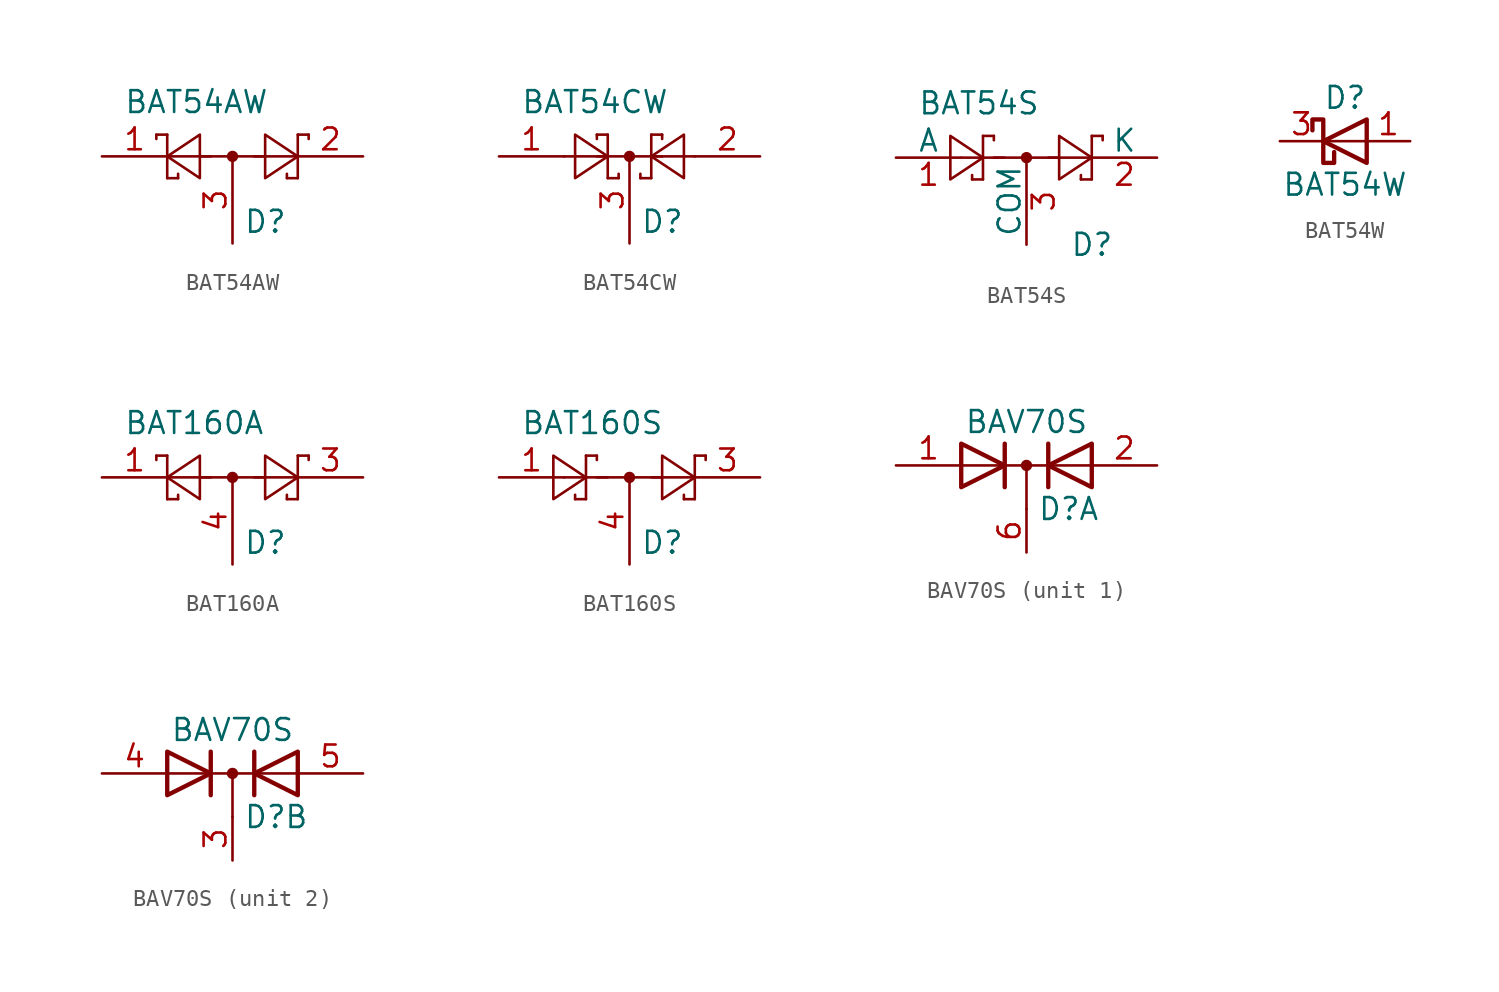
<source format=kicad_sym>
(kicad_symbol_lib
  (version 20241209)
  (generator "kicad_symbol_editor")
  (generator_version "9.0")
  (symbol "BAT54AW"
    (pin_names
      (offset 1.016))
    (property "Reference" "D"
      (at 0.635 -3.81 0)
      (effects (font (size 1.27 1.27)) (justify left)))
    (property "Value" "BAT54AW"
      (at -6.35 3.175 0)
      (effects (font (size 1.27 1.27)) (justify left)))
    (symbol "BAT54AW_0_1"
      (polyline (pts (xy -4.445 1.27) (xy -4.445 1.016)) (stroke (width 0) (type default)) (fill (type none)))
      (polyline (pts (xy -3.81 1.27) (xy -4.445 1.27)) (stroke (width 0) (type default)) (fill (type none)))
      (polyline (pts (xy -3.81 0) (xy -1.27 0)) (stroke (width 0) (type default)) (fill (type none)))
      (polyline (pts (xy -3.81 -1.27) (xy -3.81 1.27)) (stroke (width 0) (type default)) (fill (type none)))
      (polyline (pts (xy -3.81 -1.27) (xy -3.175 -1.27)) (stroke (width 0) (type default)) (fill (type none)))
      (polyline (pts (xy -3.175 -1.27) (xy -3.175 -1.016)) (stroke (width 0) (type default)) (fill (type none)))
      (polyline (pts (xy -1.905 1.27) (xy -1.905 -1.27) (xy -3.81 0) (xy -1.905 1.27)) (stroke (width 0) (type default)) (fill (type none)))
      (polyline (pts (xy -1.905 0) (xy 1.905 0)) (stroke (width 0) (type default)) (fill (type none)))
      (circle (center 0 0) (radius 0.254) (stroke (width 0) (type default)) (fill (type outline)))
      (polyline (pts (xy 1.27 0) (xy 3.81 0)) (stroke (width 0) (type default)) (fill (type none)))
      (polyline (pts (xy 1.905 1.27) (xy 1.905 -1.27) (xy 3.81 0) (xy 1.905 1.27)) (stroke (width 0) (type default)) (fill (type none)))
      (polyline (pts (xy 3.175 -1.27) (xy 3.175 -1.016)) (stroke (width 0) (type default)) (fill (type none)))
      (polyline (pts (xy 3.81 1.27) (xy 4.445 1.27)) (stroke (width 0) (type default)) (fill (type none)))
      (polyline (pts (xy 3.81 -1.27) (xy 3.175 -1.27)) (stroke (width 0) (type default)) (fill (type none)))
      (polyline (pts (xy 3.81 -1.27) (xy 3.81 1.27)) (stroke (width 0) (type default)) (fill (type none)))
      (polyline (pts (xy 4.445 1.27) (xy 4.445 1.016)) (stroke (width 0) (type default)) (fill (type none))))
    (symbol "BAT54AW_1_1"
      (pin passive line (at -7.62 0 0) (length 3.81) (name "~" (effects (font (size 1.27 1.27)))) (number "1" (effects (font (size 1.27 1.27)))))
      (pin passive line (at 0 -5.08 90) (length 5.08) (name "~" (effects (font (size 1.27 1.27)))) (number "3" (effects (font (size 1.27 1.27)))))
      (pin passive line (at 7.62 0 180) (length 3.81) (name "~" (effects (font (size 1.27 1.27)))) (number "2" (effects (font (size 1.27 1.27)))))))
  (symbol "BAT54CW"
    (pin_names
      (offset 1.016))
    (property "Reference" "D"
      (at 0.635 -3.81 0)
      (effects (font (size 1.27 1.27)) (justify left)))
    (property "Value" "BAT54CW"
      (at -6.35 3.175 0)
      (effects (font (size 1.27 1.27)) (justify left)))
    (symbol "BAT54CW_0_1"
      (polyline (pts (xy -3.175 -1.27) (xy -3.175 1.27) (xy -1.27 0) (xy -3.175 -1.27)) (stroke (width 0) (type default)) (fill (type none)))
      (polyline (pts (xy -1.905 1.27) (xy -1.905 1.016)) (stroke (width 0) (type default)) (fill (type none)))
      (polyline (pts (xy -1.905 0) (xy 1.905 0)) (stroke (width 0) (type default)) (fill (type none)))
      (polyline (pts (xy -1.27 1.27) (xy -1.905 1.27)) (stroke (width 0) (type default)) (fill (type none)))
      (polyline (pts (xy -1.27 1.27) (xy -1.27 -1.27)) (stroke (width 0) (type default)) (fill (type none)))
      (polyline (pts (xy -1.27 0) (xy -3.81 0)) (stroke (width 0) (type default)) (fill (type none)))
      (polyline (pts (xy -1.27 -1.27) (xy -0.635 -1.27)) (stroke (width 0) (type default)) (fill (type none)))
      (polyline (pts (xy -0.635 -1.27) (xy -0.635 -1.016)) (stroke (width 0) (type default)) (fill (type none)))
      (circle (center 0 0) (radius 0.254) (stroke (width 0) (type default)) (fill (type outline)))
      (polyline (pts (xy 0.635 -1.27) (xy 0.635 -1.016)) (stroke (width 0) (type default)) (fill (type none)))
      (polyline (pts (xy 1.27 1.27) (xy 1.27 -1.27)) (stroke (width 0) (type default)) (fill (type none)))
      (polyline (pts (xy 1.27 1.27) (xy 1.905 1.27)) (stroke (width 0) (type default)) (fill (type none)))
      (polyline (pts (xy 1.27 -1.27) (xy 0.635 -1.27)) (stroke (width 0) (type default)) (fill (type none)))
      (polyline (pts (xy 1.905 1.27) (xy 1.905 1.016)) (stroke (width 0) (type default)) (fill (type none)))
      (polyline (pts (xy 3.175 -1.27) (xy 3.175 1.27) (xy 1.27 0) (xy 3.175 -1.27)) (stroke (width 0) (type default)) (fill (type none)))
      (polyline (pts (xy 3.81 0) (xy 1.27 0)) (stroke (width 0) (type default)) (fill (type none))))
    (symbol "BAT54CW_1_1"
      (pin passive line (at -7.62 0 0) (length 3.81) (name "~" (effects (font (size 1.27 1.27)))) (number "1" (effects (font (size 1.27 1.27)))))
      (pin passive line (at 0 -5.08 90) (length 5.08) (name "~" (effects (font (size 1.27 1.27)))) (number "3" (effects (font (size 1.27 1.27)))))
      (pin passive line (at 7.62 0 180) (length 3.81) (name "~" (effects (font (size 1.27 1.27)))) (number "2" (effects (font (size 1.27 1.27)))))))
  (symbol "BAT54S"
    (pin_names
      (offset 0))
    (property "Reference" "D"
      (at 2.54 -5.08 0)
      (effects (font (size 1.27 1.27)) (justify left)))
    (property "Value" "BAT54S"
      (at -6.35 3.175 0)
      (effects (font (size 1.27 1.27)) (justify left)))
    (symbol "BAT54S_0_1"
      (polyline (pts (xy -4.445 1.27) (xy -4.445 -1.27) (xy -2.54 0) (xy -4.445 1.27)) (stroke (width 0) (type default)) (fill (type none)))
      (polyline (pts (xy -3.81 0) (xy -1.27 0)) (stroke (width 0) (type default)) (fill (type none)))
      (polyline (pts (xy -3.175 -1.27) (xy -3.175 -1.016)) (stroke (width 0) (type default)) (fill (type none)))
      (polyline (pts (xy -2.54 1.27) (xy -1.905 1.27)) (stroke (width 0) (type default)) (fill (type none)))
      (polyline (pts (xy -2.54 -1.27) (xy -3.175 -1.27)) (stroke (width 0) (type default)) (fill (type none)))
      (polyline (pts (xy -2.54 -1.27) (xy -2.54 1.27)) (stroke (width 0) (type default)) (fill (type none)))
      (polyline (pts (xy -1.905 1.27) (xy -1.905 1.016)) (stroke (width 0) (type default)) (fill (type none)))
      (polyline (pts (xy -1.905 0) (xy 1.905 0)) (stroke (width 0) (type default)) (fill (type none)))
      (circle (center 0 0) (radius 0.254) (stroke (width 0) (type default)) (fill (type outline)))
      (polyline (pts (xy 1.27 0) (xy 3.81 0)) (stroke (width 0) (type default)) (fill (type none)))
      (polyline (pts (xy 1.905 1.27) (xy 1.905 -1.27) (xy 3.81 0) (xy 1.905 1.27)) (stroke (width 0) (type default)) (fill (type none)))
      (polyline (pts (xy 3.175 -1.27) (xy 3.175 -1.016)) (stroke (width 0) (type default)) (fill (type none)))
      (polyline (pts (xy 3.81 1.27) (xy 4.445 1.27)) (stroke (width 0) (type default)) (fill (type none)))
      (polyline (pts (xy 3.81 -1.27) (xy 3.175 -1.27)) (stroke (width 0) (type default)) (fill (type none)))
      (polyline (pts (xy 3.81 -1.27) (xy 3.81 1.27)) (stroke (width 0) (type default)) (fill (type none)))
      (polyline (pts (xy 4.445 1.27) (xy 4.445 1.016)) (stroke (width 0) (type default)) (fill (type none))))
    (symbol "BAT54S_1_1"
      (pin passive line (at -7.62 0 0) (length 3.81) (name "A" (effects (font (size 1.27 1.27)))) (number "1" (effects (font (size 1.27 1.27)))))
      (pin passive line (at 0 -5.08 90) (length 5.08) (name "COM" (effects (font (size 1.27 1.27)))) (number "3" (effects (font (size 1.27 1.27)))))
      (pin passive line (at 7.62 0 180) (length 3.81) (name "K" (effects (font (size 1.27 1.27)))) (number "2" (effects (font (size 1.27 1.27)))))))
  (symbol "BAT54W"
    (pin_names
      (offset 1.016)
      (hide yes))
    (property "Reference" "D"
      (at 0 2.54 0)
      (effects (font (size 1.27 1.27))))
    (property "Value" "BAT54W"
      (at 0 -2.54 0)
      (effects (font (size 1.27 1.27))))
    (symbol "BAT54W_0_1"
      (polyline (pts (xy -1.905 0.635) (xy -1.905 1.27) (xy -1.27 1.27) (xy -1.27 -1.27) (xy -0.635 -1.27) (xy -0.635 -0.635)) (stroke (width 0.254) (type default)) (fill (type none)))
      (polyline (pts (xy 1.27 1.27) (xy 1.27 -1.27) (xy -1.27 0) (xy 1.27 1.27)) (stroke (width 0.254) (type default)) (fill (type none)))
      (polyline (pts (xy 1.27 0) (xy -1.27 0)) (stroke (width 0) (type default)) (fill (type none))))
    (symbol "BAT54W_1_1"
      (pin passive line (at -3.81 0 0) (length 2.54) (name "K" (effects (font (size 1.27 1.27)))) (number "3" (effects (font (size 1.27 1.27)))))
      (pin no_connect line (at 0 0 90) (length 2.54) (hide yes) (name "NC" (effects (font (size 1.27 1.27)))) (number "2" (effects (font (size 1.27 1.27)))))
      (pin passive line (at 3.81 0 180) (length 2.54) (name "A" (effects (font (size 1.27 1.27)))) (number "1" (effects (font (size 1.27 1.27)))))))
  (symbol "BAT160A"
    (property "Reference" "D"
      (at 0.635 -3.81 0)
      (effects (font (size 1.27 1.27)) (justify left)))
    (property "Value" "BAT160A"
      (at -6.35 3.175 0)
      (effects (font (size 1.27 1.27)) (justify left)))
    (symbol "BAT160A_0_1"
      (polyline (pts (xy -4.445 1.27) (xy -4.445 1.016)) (stroke (width 0) (type default)) (fill (type none)))
      (polyline (pts (xy -3.81 1.27) (xy -4.445 1.27)) (stroke (width 0) (type default)) (fill (type none)))
      (polyline (pts (xy -3.81 0) (xy -1.27 0)) (stroke (width 0) (type default)) (fill (type none)))
      (polyline (pts (xy -3.81 -1.27) (xy -3.81 1.27)) (stroke (width 0) (type default)) (fill (type none)))
      (polyline (pts (xy -3.81 -1.27) (xy -3.175 -1.27)) (stroke (width 0) (type default)) (fill (type none)))
      (polyline (pts (xy -3.175 -1.27) (xy -3.175 -1.016)) (stroke (width 0) (type default)) (fill (type none)))
      (polyline (pts (xy -1.905 1.27) (xy -1.905 -1.27) (xy -3.81 0) (xy -1.905 1.27)) (stroke (width 0) (type default)) (fill (type none)))
      (polyline (pts (xy -1.905 0) (xy 1.905 0)) (stroke (width 0) (type default)) (fill (type none)))
      (circle (center 0 0) (radius 0.254) (stroke (width 0) (type default)) (fill (type outline)))
      (polyline (pts (xy 1.27 0) (xy 3.81 0)) (stroke (width 0) (type default)) (fill (type none)))
      (polyline (pts (xy 1.905 1.27) (xy 1.905 -1.27) (xy 3.81 0) (xy 1.905 1.27)) (stroke (width 0) (type default)) (fill (type none)))
      (polyline (pts (xy 3.175 -1.27) (xy 3.175 -1.016)) (stroke (width 0) (type default)) (fill (type none)))
      (polyline (pts (xy 3.81 1.27) (xy 4.445 1.27)) (stroke (width 0) (type default)) (fill (type none)))
      (polyline (pts (xy 3.81 -1.27) (xy 3.175 -1.27)) (stroke (width 0) (type default)) (fill (type none)))
      (polyline (pts (xy 3.81 -1.27) (xy 3.81 1.27)) (stroke (width 0) (type default)) (fill (type none)))
      (polyline (pts (xy 4.445 1.27) (xy 4.445 1.016)) (stroke (width 0) (type default)) (fill (type none))))
    (symbol "BAT160A_1_1"
      (pin passive line (at -7.62 0 0) (length 3.81) (name "~" (effects (font (size 1.27 1.27)))) (number "1" (effects (font (size 1.27 1.27)))))
      (pin no_connect line (at 0 0 270) (length 2.54) (hide yes) (name "NC" (effects (font (size 1.27 1.27)))) (number "2" (effects (font (size 1.27 1.27)))))
      (pin passive line (at 0 -5.08 90) (length 5.08) (name "~" (effects (font (size 1.27 1.27)))) (number "4" (effects (font (size 1.27 1.27)))))
      (pin passive line (at 7.62 0 180) (length 3.81) (name "~" (effects (font (size 1.27 1.27)))) (number "3" (effects (font (size 1.27 1.27)))))))
  (symbol "BAT160S"
    (property "Reference" "D"
      (at 0.635 -3.81 0)
      (effects (font (size 1.27 1.27)) (justify left)))
    (property "Value" "BAT160S"
      (at -6.35 3.175 0)
      (effects (font (size 1.27 1.27)) (justify left)))
    (symbol "BAT160S_0_1"
      (polyline (pts (xy -4.445 1.27) (xy -4.445 -1.27) (xy -2.54 0) (xy -4.445 1.27)) (stroke (width 0) (type default)) (fill (type none)))
      (polyline (pts (xy -3.81 0) (xy -1.27 0)) (stroke (width 0) (type default)) (fill (type none)))
      (polyline (pts (xy -3.175 -1.27) (xy -3.175 -1.016)) (stroke (width 0) (type default)) (fill (type none)))
      (polyline (pts (xy -2.54 1.27) (xy -1.905 1.27)) (stroke (width 0) (type default)) (fill (type none)))
      (polyline (pts (xy -2.54 -1.27) (xy -3.175 -1.27)) (stroke (width 0) (type default)) (fill (type none)))
      (polyline (pts (xy -2.54 -1.27) (xy -2.54 1.27)) (stroke (width 0) (type default)) (fill (type none)))
      (polyline (pts (xy -1.905 1.27) (xy -1.905 1.016)) (stroke (width 0) (type default)) (fill (type none)))
      (polyline (pts (xy -1.905 0) (xy 1.905 0)) (stroke (width 0) (type default)) (fill (type none)))
      (circle (center 0 0) (radius 0.254) (stroke (width 0) (type default)) (fill (type outline)))
      (polyline (pts (xy 1.27 0) (xy 3.81 0)) (stroke (width 0) (type default)) (fill (type none)))
      (polyline (pts (xy 1.905 1.27) (xy 1.905 -1.27) (xy 3.81 0) (xy 1.905 1.27)) (stroke (width 0) (type default)) (fill (type none)))
      (polyline (pts (xy 3.175 -1.27) (xy 3.175 -1.016)) (stroke (width 0) (type default)) (fill (type none)))
      (polyline (pts (xy 3.81 1.27) (xy 4.445 1.27)) (stroke (width 0) (type default)) (fill (type none)))
      (polyline (pts (xy 3.81 -1.27) (xy 3.175 -1.27)) (stroke (width 0) (type default)) (fill (type none)))
      (polyline (pts (xy 3.81 -1.27) (xy 3.81 1.27)) (stroke (width 0) (type default)) (fill (type none)))
      (polyline (pts (xy 4.445 1.27) (xy 4.445 1.016)) (stroke (width 0) (type default)) (fill (type none))))
    (symbol "BAT160S_1_1"
      (pin passive line (at -7.62 0 0) (length 3.81) (name "~" (effects (font (size 1.27 1.27)))) (number "1" (effects (font (size 1.27 1.27)))))
      (pin no_connect line (at 0 0 270) (length 2.54) (hide yes) (name "NC" (effects (font (size 1.27 1.27)))) (number "2" (effects (font (size 1.27 1.27)))))
      (pin passive line (at 0 -5.08 90) (length 5.08) (name "~" (effects (font (size 1.27 1.27)))) (number "4" (effects (font (size 1.27 1.27)))))
      (pin passive line (at 7.62 0 180) (length 3.81) (name "~" (effects (font (size 1.27 1.27)))) (number "3" (effects (font (size 1.27 1.27)))))))
  (symbol "BAV70S"
    (pin_names
      (offset 0.762)
      (hide yes))
    (property "Reference" "D"
      (at 0.635 -2.54 0)
      (effects (font (size 1.27 1.27)) (justify left)))
    (property "Value" "BAV70S"
      (at 0 2.54 0)
      (effects (font (size 1.27 1.27))))
    (symbol "BAV70S_0_1"
      (polyline (pts (xy -3.81 1.27) (xy -1.27 0) (xy -3.81 -1.27) (xy -3.81 1.27) (xy -3.81 1.27) (xy -3.81 1.27)) (stroke (width 0.254) (type default)) (fill (type none)))
      (polyline (pts (xy -3.81 0) (xy 3.81 0)) (stroke (width 0) (type default)) (fill (type none)))
      (polyline (pts (xy -1.27 -1.27) (xy -1.27 1.27) (xy -1.27 1.27)) (stroke (width 0.254) (type default)) (fill (type none)))
      (polyline (pts (xy 0 0) (xy 0 -2.54)) (stroke (width 0) (type default)) (fill (type none)))
      (circle (center 0 0) (radius 0.254) (stroke (width 0) (type default)) (fill (type outline)))
      (polyline (pts (xy 1.27 -1.27) (xy 1.27 1.27) (xy 1.27 1.27)) (stroke (width 0.254) (type default)) (fill (type none)))
      (polyline (pts (xy 3.81 -1.27) (xy 1.27 0) (xy 3.81 1.27) (xy 3.81 -1.27) (xy 3.81 -1.27) (xy 3.81 -1.27)) (stroke (width 0.254) (type default)) (fill (type none))))
    (symbol "BAV70S_1_1"
      (pin passive line (at -7.62 0 0) (length 3.81) (name "A" (effects (font (size 1.27 1.27)))) (number "1" (effects (font (size 1.27 1.27)))))
      (pin passive line (at 0 -5.08 90) (length 2.54) (name "K" (effects (font (size 1.27 1.27)))) (number "6" (effects (font (size 1.27 1.27)))))
      (pin passive line (at 7.62 0 180) (length 3.81) (name "A" (effects (font (size 1.27 1.27)))) (number "2" (effects (font (size 1.27 1.27))))))
    (symbol "BAV70S_2_1"
      (pin passive line (at -7.62 0 0) (length 3.81) (name "A" (effects (font (size 1.27 1.27)))) (number "4" (effects (font (size 1.27 1.27)))))
      (pin passive line (at 0 -5.08 90) (length 2.54) (name "K" (effects (font (size 1.27 1.27)))) (number "3" (effects (font (size 1.27 1.27)))))
      (pin passive line (at 7.62 0 180) (length 3.81) (name "A" (effects (font (size 1.27 1.27)))) (number "5" (effects (font (size 1.27 1.27))))))))
</source>
